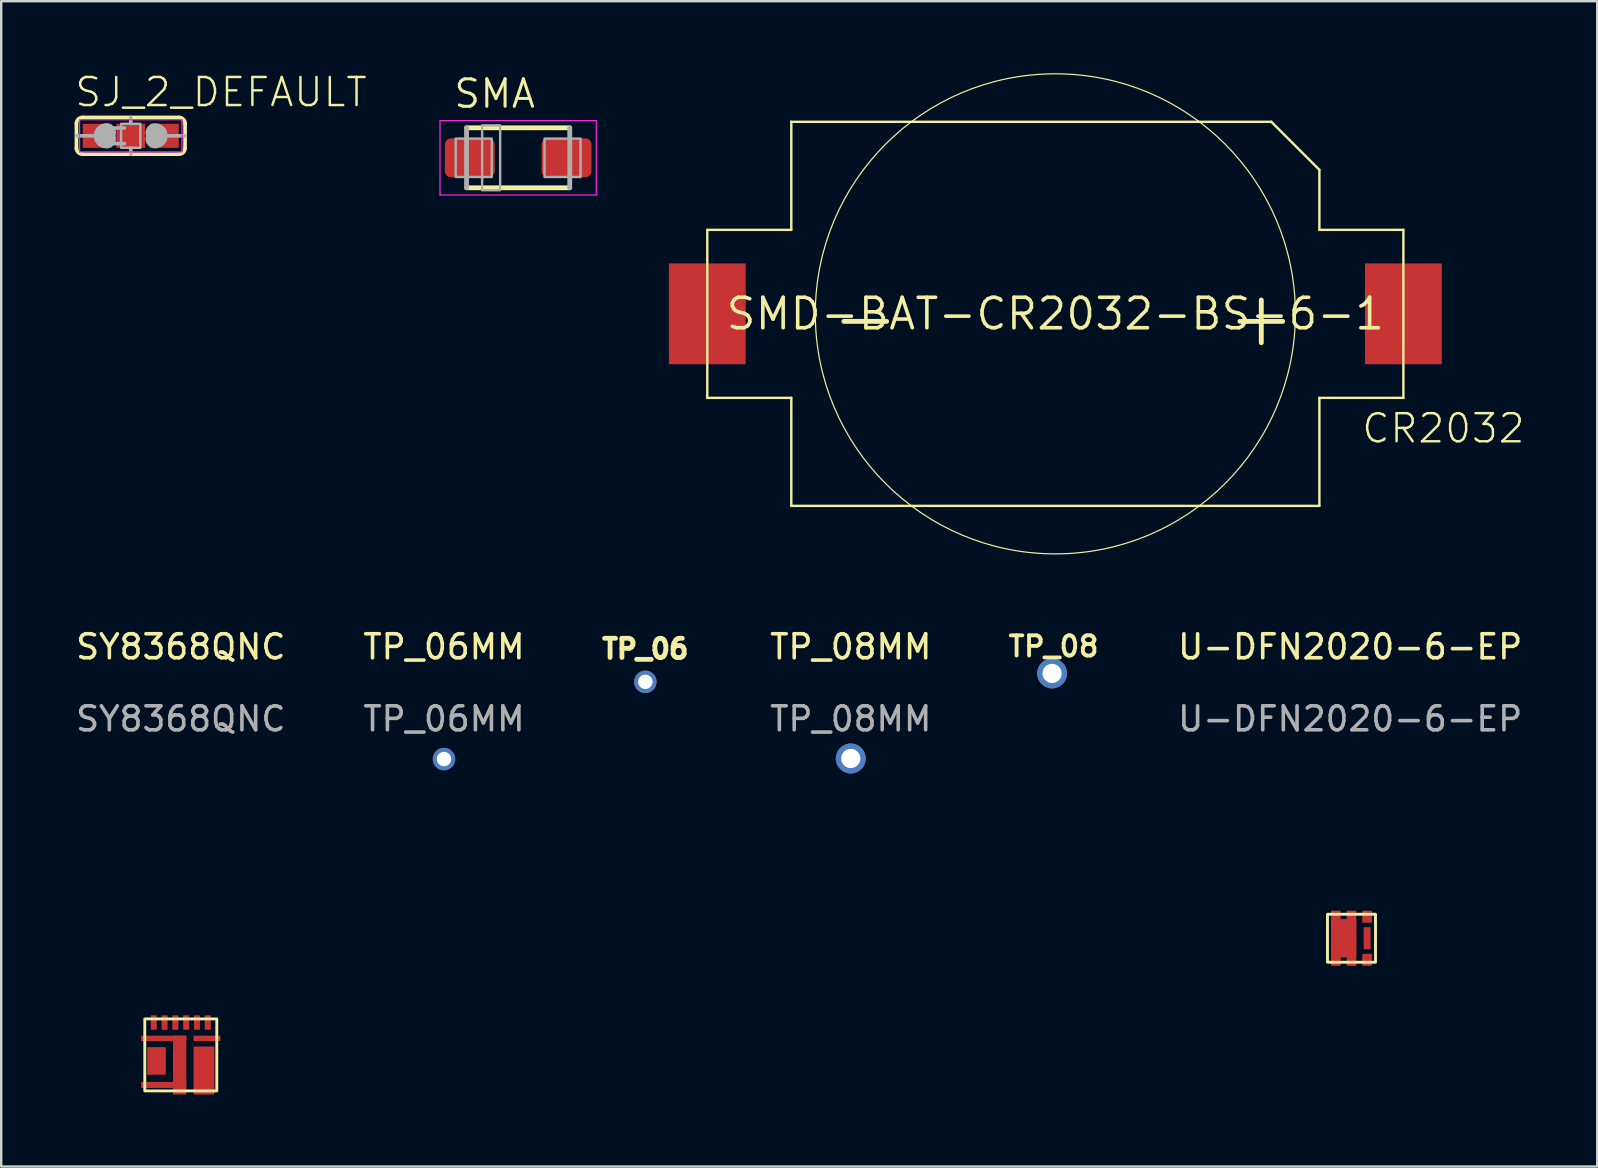
<source format=kicad_pcb>
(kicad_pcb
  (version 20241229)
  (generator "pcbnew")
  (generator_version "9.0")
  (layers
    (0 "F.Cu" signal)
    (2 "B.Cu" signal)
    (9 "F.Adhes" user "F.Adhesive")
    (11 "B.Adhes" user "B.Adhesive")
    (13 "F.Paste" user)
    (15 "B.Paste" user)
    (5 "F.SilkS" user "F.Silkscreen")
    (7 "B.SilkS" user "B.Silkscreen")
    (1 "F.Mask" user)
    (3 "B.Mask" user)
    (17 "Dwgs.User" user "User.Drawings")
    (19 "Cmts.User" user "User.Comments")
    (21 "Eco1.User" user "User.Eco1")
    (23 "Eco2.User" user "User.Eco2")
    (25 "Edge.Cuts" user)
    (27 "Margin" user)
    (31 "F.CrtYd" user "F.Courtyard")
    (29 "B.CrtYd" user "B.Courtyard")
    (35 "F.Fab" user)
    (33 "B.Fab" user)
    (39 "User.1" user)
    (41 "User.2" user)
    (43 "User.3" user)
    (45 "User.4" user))
  (footprint "SMD-BAT-CR2032-BS-6-1"
    (layer "F.Cu")
    (at 40.916 10.025)
    (property "Reference" "SMD-BAT-CR2032-BS-6-1" (at 0 0 0) (layer "F.SilkS") (effects (font (size 1.27 1.27) (thickness 0.15))))
    (fp_line (start -14.5 -3.5) (end -14.5 3.5) (stroke (width 0.1) (type solid)) (layer "F.SilkS"))
    (fp_line (start -14.5 3.5) (end -11 3.5) (stroke (width 0.1) (type solid)) (layer "F.SilkS"))
    (fp_line (start -11 -8) (end -11 -3.5) (stroke (width 0.1) (type solid)) (layer "F.SilkS"))
    (fp_line (start -11 -3.5) (end -14.5 -3.5) (stroke (width 0.1) (type solid)) (layer "F.SilkS"))
    (fp_line (start -11 3.5) (end -11 8) (stroke (width 0.1) (type solid)) (layer "F.SilkS"))
    (fp_line (start -11 8) (end 11 8) (stroke (width 0.1) (type solid)) (layer "F.SilkS"))
    (fp_line (start 9 -8) (end -11 -8) (stroke (width 0.1) (type solid)) (layer "F.SilkS"))
    (fp_line (start 9 -8) (end 11 -6) (stroke (width 0.1) (type solid)) (layer "F.SilkS"))
    (fp_line (start 11 -3.5) (end 11 -6) (stroke (width 0.1) (type solid)) (layer "F.SilkS"))
    (fp_line (start 11 3.5) (end 14.5 3.5) (stroke (width 0.1) (type solid)) (layer "F.SilkS"))
    (fp_line (start 11 8) (end 11 3.5) (stroke (width 0.1) (type solid)) (layer "F.SilkS"))
    (fp_line (start 14.5 -3.5) (end 11 -3.5) (stroke (width 0.1) (type solid)) (layer "F.SilkS"))
    (fp_line (start 14.5 3.5) (end 14.5 -3.5) (stroke (width 0.1) (type solid)) (layer "F.SilkS"))
    (fp_circle (center 0 0) (end 10 0) (stroke (width 0.05) (type solid)) (fill no) (layer "F.SilkS"))
    (fp_text user "CR2032" (at 12.701 5.457 0) (layer "F.SilkS") (effects (font (size 1.17 1.17) (thickness 0.102)) (justify left bottom)))
    (fp_text user "+" (at 7 1.5 0) (layer "F.SilkS") (effects (font (size 2.337 2.337) (thickness 0.203)) (justify left bottom)))
    (fp_text user "-" (at -9.5 1.5 0) (layer "F.SilkS") (effects (font (size 2.337 2.337) (thickness 0.203)) (justify left bottom)))
    (pad "VBAT" smd rect (at 14.5 0) (size 3.2 4.2) (layers "F.Cu" "F.Mask" "F.Paste"))
    (pad "VSS" smd rect (at -14.5 0) (size 3.2 4.2) (layers "F.Cu" "F.Mask" "F.Paste")))
  (footprint "U-DFN2020-6-EP"
    (layer "F.Cu")
    (at 53.254 36.038)
    (property "Reference" "U-DFN2020-6-EP" (at -0.055 -12.14 0) (unlocked yes) (layer "F.SilkS") (effects (font (size 1 1) (thickness 0.15))))
    (attr smd)
    (fp_rect (start 1 1) (end -1 -1) (stroke (width 0.12) (type solid)) (fill no) (layer "F.SilkS"))
    (fp_text user "${REFERENCE}" (at -0.055 -9.14 0) (unlocked yes) (layer "F.Fab") (effects (font (size 1 1) (thickness 0.15))))
    (pad "1" smd roundrect (at -0.65 0 270) (size 2.3 0.4) (layers "F.Cu" "F.Mask" "F.Paste") (roundrect_rratio 0.048))
    (pad "1" smd roundrect (at -0.325 0 270) (size 1.6 1.05) (layers "F.Cu" "F.Mask" "F.Paste") (roundrect_rratio 0.048))
    (pad "1" smd roundrect (at 0 0 270) (size 2.3 0.4) (layers "F.Cu" "F.Mask" "F.Paste") (roundrect_rratio 0.048))
    (pad "2" smd roundrect (at 0.65 0.9 270) (size 0.5 0.4) (layers "F.Cu" "F.Mask" "F.Paste") (roundrect_rratio 0.048))
    (pad "3" smd roundrect (at 0.65 -0.9 270) (size 0.5 0.4) (layers "F.Cu" "F.Mask" "F.Paste") (roundrect_rratio 0.048))
    (pad "3" smd roundrect (at 0.65 0 270) (size 0.92 0.285) (layers "F.Cu" "F.Mask" "F.Paste") (roundrect_rratio 0.048)))
  (footprint "TP_06"
    (layer "F.Cu")
    (at 23.834 25.355)
    (property "Reference" "TP_06" (at -1.905 -0.905 0) (layer "F.SilkS") (effects (font (size 0.8 0.8) (thickness 0.2)) (justify left bottom)))
    (pad "P$1" thru_hole circle (at 0 0) (size 0.936 0.936) (drill 0.6) (layers "*.Cu" "*.Mask")))
  (footprint "SY8368QNC"
    (layer "F.Cu")
    (at 4.482 40.898)
    (property "Reference" "SY8368QNC" (at 0 -17 0) (unlocked yes) (layer "F.SilkS") (effects (font (size 1 1) (thickness 0.15))))
    (attr smd)
    (fp_rect (start 1.5 -1.5) (end -1.5 1.5) (stroke (width 0.12) (type solid)) (fill no) (layer "F.SilkS"))
    (fp_text user "${REFERENCE}" (at 0 -14 0) (unlocked yes) (layer "F.Fab") (effects (font (size 1 1) (thickness 0.15))))
    (pad "1" smd roundrect (at -1.125 -1.35 180) (size 0.25 0.6) (layers "F.Cu" "F.Mask" "F.Paste") (roundrect_rratio 0.033))
    (pad "2" smd roundrect (at -0.675 -1.35 180) (size 0.25 0.6) (layers "F.Cu" "F.Mask" "F.Paste") (roundrect_rratio 0.033))
    (pad "3" smd roundrect (at -0.225 -1.35 180) (size 0.25 0.6) (layers "F.Cu" "F.Mask" "F.Paste") (roundrect_rratio 0.033))
    (pad "4" smd roundrect (at 0.225 -1.35 180) (size 0.25 0.6) (layers "F.Cu" "F.Mask" "F.Paste") (roundrect_rratio 0.033))
    (pad "5" smd roundrect (at 0.675 -1.35) (size 0.25 0.6) (layers "F.Cu" "F.Mask" "F.Paste") (roundrect_rratio 0.033))
    (pad "6" smd roundrect (at 1.125 -1.35 180) (size 0.25 0.6) (layers "F.Cu" "F.Mask" "F.Paste") (roundrect_rratio 0.033))
    (pad "7" smd roundrect (at 1.09 -0.688 180) (size 1.12 0.225) (layers "F.Cu" "F.Mask" "F.Paste") (roundrect_rratio 0.033))
    (pad "8" smd roundrect (at 0.965 0.65 180) (size 0.87 2) (layers "F.Cu" "F.Mask" "F.Paste") (roundrect_rratio 0.033))
    (pad "9" smd roundrect (at -0.71 -0.688 180) (size 1.88 0.225) (layers "F.Cu" "F.Mask" "F.Paste") (roundrect_rratio 0.033))
    (pad "9" smd roundrect (at -0.71 1.25 180) (size 1.88 0.25) (layers "F.Cu" "F.Mask" "F.Paste") (roundrect_rratio 0.033))
    (pad "9" smd roundrect (at -0.048 0.425 180) (size 0.555 2.45) (layers "F.Cu" "F.Mask" "F.Paste") (roundrect_rratio 0.033))
    (pad "10" smd roundrect (at -1.012 0.25 180) (size 0.775 1.15) (layers "F.Cu" "F.Mask" "F.Paste") (roundrect_rratio 0.033)))
  (footprint "TP_08MM"
    (layer "F.Cu")
    (at 32.394 28.549)
    (property "Reference" "TP_08MM" (at 0 -4.651 0) (unlocked yes) (layer "F.SilkS") (effects (font (size 1 1) (thickness 0.15))))
    (attr smd)
    (fp_text user "${REFERENCE}" (at 0 -1.651 0) (unlocked yes) (layer "F.Fab") (effects (font (size 1 1) (thickness 0.15))))
    (pad "P$1" thru_hole circle (at 0 0) (size 1.248 1.248) (drill 0.8) (layers "*.Cu" "*.Mask")))
  (footprint "TP_08"
    (layer "F.Cu")
    (at 40.781 25.005)
    (property "Reference" "TP_08" (at -1.905 -0.635 0) (layer "F.SilkS") (effects (font (size 0.84 0.84) (thickness 0.16)) (justify left bottom)))
    (pad "P$1" thru_hole circle (at 0 0) (size 1.248 1.248) (drill 0.8) (layers "*.Cu" "*.Mask")))
  (footprint "SJ_2_DEFAULT"
    (layer "F.Cu")
    (at 1.697 2.608)
    (property "Reference" "SJ_2_DEFAULT" (at -1.697 -1.135 0) (layer "F.SilkS") (effects (font (size 1.168 1.168) (thickness 0.102)) (justify left bottom)))
    (fp_line (start -1.563 0.512) (end -1.563 -0.512) (stroke (width 0.152) (type solid)) (layer "F.SilkS"))
    (fp_line (start -1.309 -0.766) (end 2.709 -0.766) (stroke (width 0.152) (type solid)) (layer "F.SilkS"))
    (fp_line (start 2.709 0.766) (end -1.309 0.766) (stroke (width 0.152) (type solid)) (layer "F.SilkS"))
    (fp_line (start 2.963 0.512) (end 2.963 -0.512) (stroke (width 0.152) (type solid)) (layer "F.SilkS"))
    (fp_arc (start -1.563 -0.512) (mid -1.488605 -0.691605) (end -1.309 -0.766) (stroke (width 0.1524) (type solid)) (layer "F.SilkS"))
    (fp_arc (start -1.309 0.766) (mid -1.488605 0.691605) (end -1.563 0.512) (stroke (width 0.1524) (type solid)) (layer "F.SilkS"))
    (fp_arc (start 2.709 -0.766) (mid 2.888605 -0.691605) (end 2.963 -0.512) (stroke (width 0.1524) (type solid)) (layer "F.SilkS"))
    (fp_arc (start 2.963 0.512) (mid 2.888605 0.691605) (end 2.709 0.766) (stroke (width 0.1524) (type solid)) (layer "F.SilkS"))
    (fp_poly (pts (xy -0.1 0.4) (xy 0.1 0.4) (xy 0.1 -0.4) (xy -0.1 -0.4)) (stroke (width 0) (type solid)) (fill yes) (layer "F.Adhes"))
    (fp_line (start -1.432 -0.67) (end 2.832 -0.67) (stroke (width 0.05) (type solid)) (layer "F.CrtYd"))
    (fp_line (start -1.432 0.67) (end -1.432 -0.67) (stroke (width 0.05) (type solid)) (layer "F.CrtYd"))
    (fp_line (start 2.832 -0.67) (end 2.832 0.67) (stroke (width 0.05) (type solid)) (layer "F.CrtYd"))
    (fp_line (start 2.832 0.67) (end -1.432 0.67) (stroke (width 0.05) (type solid)) (layer "F.CrtYd"))
    (fp_line (start -0.8 0) (end -1.536 0) (stroke (width 0.152) (type solid)) (layer "F.Fab"))
    (fp_line (start -0.562 0.325) (end 0.438 0.325) (stroke (width 0.15) (type solid)) (layer "F.Fab"))
    (fp_line (start 0.438 -0.325) (end -0.562 -0.325) (stroke (width 0.15) (type solid)) (layer "F.Fab"))
    (fp_line (start 0.7 -0.512) (end 0.7 -0.766) (stroke (width 0.152) (type solid)) (layer "F.Fab"))
    (fp_line (start 0.7 0.766) (end 0.7 0.512) (stroke (width 0.152) (type solid)) (layer "F.Fab"))
    (fp_line (start 2.2 0) (end 2.936 0) (stroke (width 0.152) (type solid)) (layer "F.Fab"))
    (fp_arc (start -0.316 0.127) (mid -0.443 0) (end -0.316 -0.127) (stroke (width 0.8) (type solid)) (layer "F.Fab"))
    (fp_arc (start 1.716 -0.127) (mid 1.843 0) (end 1.716 0.127) (stroke (width 0.8) (type solid)) (layer "F.Fab"))
    (fp_poly (pts (xy 0.3 0.5) (xy 1.1 0.5) (xy 1.1 -0.5) (xy 0.3 -0.5)) (stroke (width 0.1) (type solid)) (fill no) (layer "F.Fab"))
    (pad "1" smd rect (at -0.7 0) (size 1.2 1) (layers "F.Cu" "F.Mask" "F.Paste"))
    (pad "2" smd rect (at 0.7 0 180) (size 1.2 1) (layers "F.Cu" "F.Mask" "F.Paste"))
    (pad "3" smd rect (at 2.1 0) (size 1.2 1) (layers "F.Cu" "F.Mask")))
  (footprint "TP_06MM"
    (layer "F.Cu")
    (at 15.446 28.573)
    (property "Reference" "TP_06MM" (at 0 -4.675 0) (unlocked yes) (layer "F.SilkS") (effects (font (size 1 1) (thickness 0.15))))
    (attr smd)
    (fp_text user "${REFERENCE}" (at 0 -1.675 0) (unlocked yes) (layer "F.Fab") (effects (font (size 1 1) (thickness 0.15))))
    (pad "P$1" thru_hole circle (at 0 0) (size 0.936 0.936) (drill 0.6) (layers "*.Cu" "*.Mask")))
  (footprint "SMA"
    (layer "F.Cu")
    (at 18.536 3.524)
    (property "Reference" "SMA" (at -2.75 -2 0) (layer "F.SilkS") (effects (font (size 1.143 1.143) (thickness 0.127)) (justify left bottom)))
    (fp_line (start -2.15 -1.25) (end 2.15 -1.25) (stroke (width 0.2) (type solid)) (layer "F.SilkS"))
    (fp_line (start 2.15 1.25) (end -2.15 1.25) (stroke (width 0.2) (type solid)) (layer "F.SilkS"))
    (fp_line (start -3.255 -1.55) (end -3.255 1.55) (stroke (width 0.05) (type solid)) (layer "F.CrtYd"))
    (fp_line (start -3.255 1.55) (end 3.255 1.55) (stroke (width 0.05) (type solid)) (layer "F.CrtYd"))
    (fp_line (start 3.255 -1.55) (end -3.255 -1.55) (stroke (width 0.05) (type solid)) (layer "F.CrtYd"))
    (fp_line (start 3.255 1.55) (end 3.255 -1.55) (stroke (width 0.05) (type solid)) (layer "F.CrtYd"))
    (fp_line (start -2.15 1.25) (end -2.15 -1.25) (stroke (width 0.2) (type solid)) (layer "F.Fab"))
    (fp_line (start 2.15 -1.25) (end 2.15 1.25) (stroke (width 0.2) (type solid)) (layer "F.Fab"))
    (fp_poly (pts (xy -2.6 0.8) (xy -1.1 0.8) (xy -1.1 -0.8) (xy -2.6 -0.8)) (stroke (width 0.1) (type solid)) (fill no) (layer "F.Fab"))
    (fp_poly (pts (xy -1.5 1.35) (xy -0.75 1.35) (xy -0.75 -1.35) (xy -1.5 -1.35)) (stroke (width 0.1) (type solid)) (fill no) (layer "F.Fab"))
    (fp_poly (pts (xy 1.1 0.8) (xy 2.6 0.8) (xy 2.6 -0.8) (xy 1.1 -0.8)) (stroke (width 0.1) (type solid)) (fill no) (layer "F.Fab"))
    (pad "A" smd roundrect (at 2.015 0) (size 2.08 1.62) (layers "F.Cu" "F.Mask" "F.Paste") (roundrect_rratio 0.155))
    (pad "C" smd roundrect (at -2.015 0 180) (size 2.08 1.62) (layers "F.Cu" "F.Mask" "F.Paste") (roundrect_rratio 0.155)))
  (gr_rect
    (start -3 -3)
    (end 63.491 45.548)
    (stroke (width 0.1) (type default))
    (fill no)
    (layer "Edge.Cuts")))
</source>
